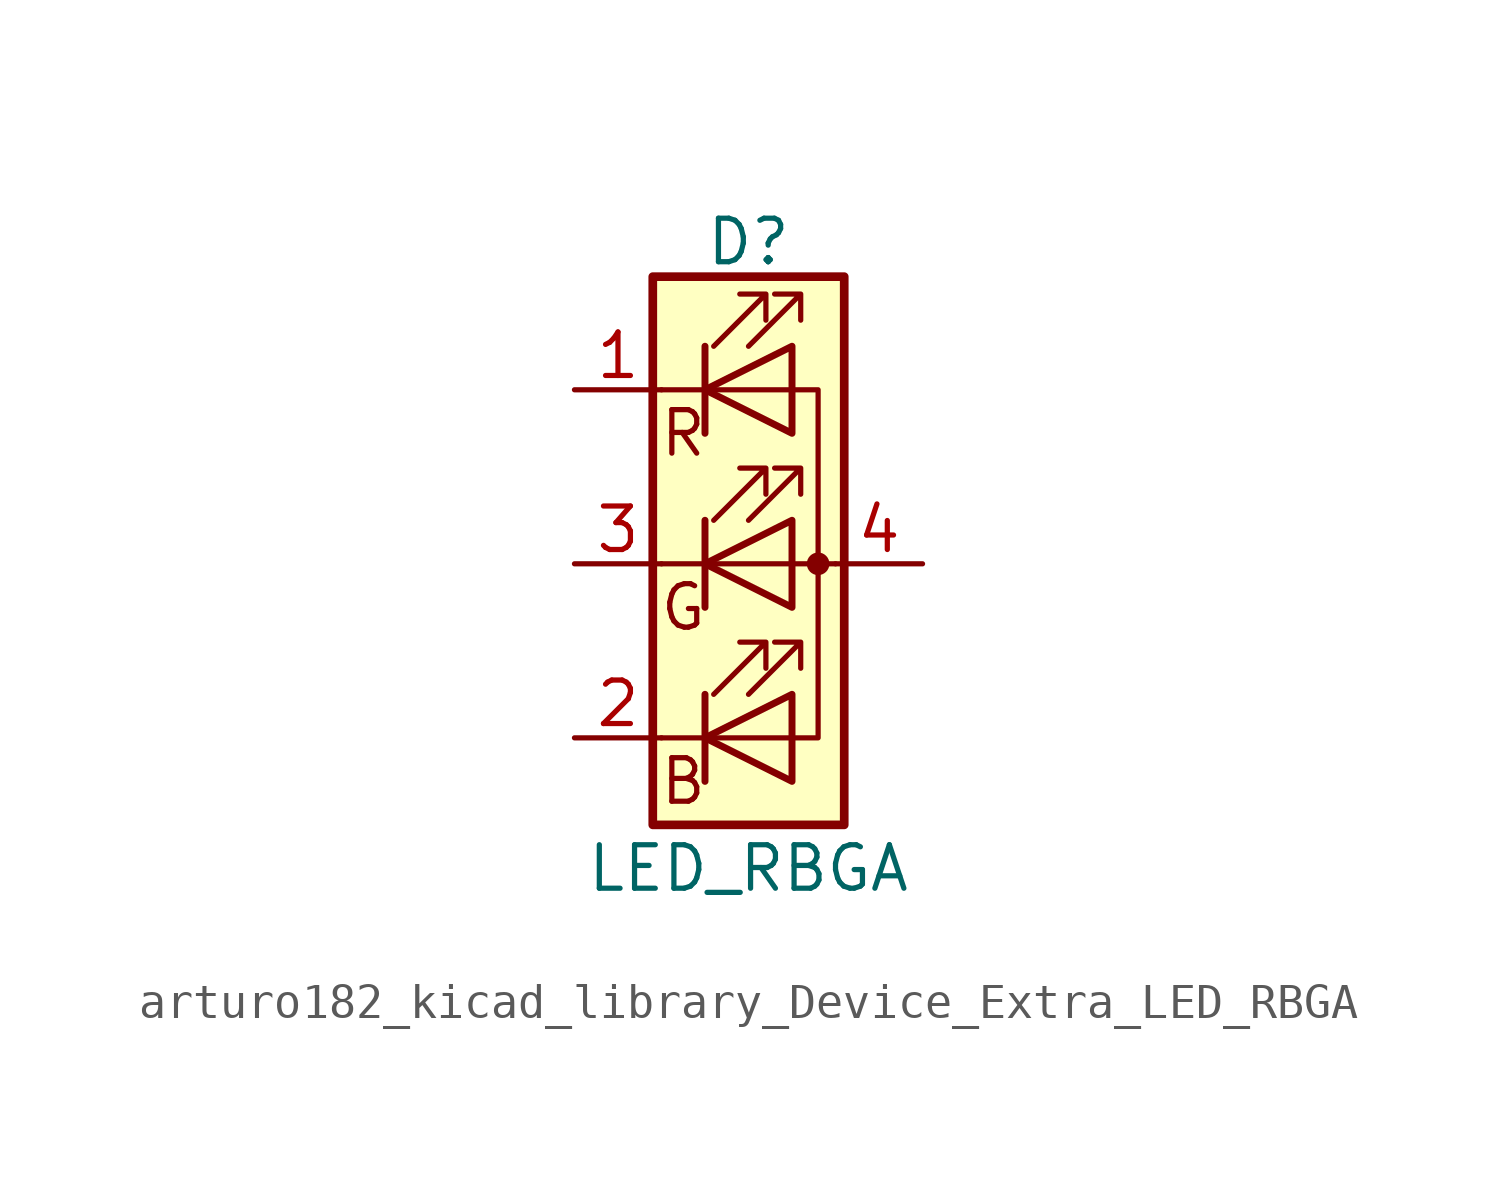
<source format=kicad_sym>
(kicad_symbol_lib
  (version 20220914)
  (generator kicad_symbol_editor)
  (symbol "arturo182_kicad_library_Device_Extra_LED_RBGA"
    (pin_names
      (offset 0) hide)
    (property "Reference" "D"
      (at 0 9.398 0)
      (effects (font (size 1.27 1.27))))
    (property "Value" "LED_RBGA"
      (at 0 -8.89 0)
      (effects (font (size 1.27 1.27))))
    (symbol "arturo182_kicad_library_Device_Extra_LED_RBGA_0_0"
      (text "B" (at -1.905 -6.35 0) (effects (font (size 1.27 1.27))))
      (text "G" (at -1.905 -1.27 0) (effects (font (size 1.27 1.27))))
      (text "R" (at -1.905 3.81 0) (effects (font (size 1.27 1.27)))))
    (symbol "arturo182_kicad_library_Device_Extra_LED_RBGA_0_1"
      (polyline (pts (xy -1.27 -5.08) (xy -2.54 -5.08)) (stroke (width 0) (type default)) (fill (type none)))
      (polyline (pts (xy -1.27 -5.08) (xy 1.27 -5.08)) (stroke (width 0) (type default)) (fill (type none)))
      (polyline (pts (xy -1.27 -3.81) (xy -1.27 -6.35)) (stroke (width 0) (type default)) (fill (type none)))
      (polyline (pts (xy -1.27 -3.81) (xy -1.27 -6.35)) (stroke (width 0.203) (type default)) (fill (type none)))
      (polyline (pts (xy -1.27 0) (xy -2.54 0)) (stroke (width 0) (type default)) (fill (type none)))
      (polyline (pts (xy -1.27 0) (xy 1.27 0)) (stroke (width 0) (type default)) (fill (type none)))
      (polyline (pts (xy -1.27 1.27) (xy -1.27 -1.27)) (stroke (width 0.203) (type default)) (fill (type none)))
      (polyline (pts (xy -1.27 5.08) (xy -2.54 5.08)) (stroke (width 0) (type default)) (fill (type none)))
      (polyline (pts (xy -1.27 6.35) (xy -1.27 3.81)) (stroke (width 0.203) (type default)) (fill (type none)))
      (polyline (pts (xy 1.27 0) (xy 2.54 0)) (stroke (width 0) (type default)) (fill (type none)))
      (polyline (pts (xy 1.27 5.08) (xy -1.27 5.08)) (stroke (width 0) (type default)) (fill (type none)))
      (polyline (pts (xy -1.27 1.27) (xy -1.27 -1.27) (xy -1.27 -1.27)) (stroke (width 0) (type default)) (fill (type none)))
      (polyline (pts (xy -1.27 6.35) (xy -1.27 3.81) (xy -1.27 3.81)) (stroke (width 0) (type default)) (fill (type none)))
      (polyline (pts (xy 1.27 -5.08) (xy 2.032 -5.08) (xy 2.032 5.08) (xy 1.27 5.08)) (stroke (width 0) (type default)) (fill (type none)))
      (polyline (pts (xy 1.27 -3.81) (xy 1.27 -6.35) (xy -1.27 -5.08) (xy 1.27 -3.81)) (stroke (width 0.203) (type default)) (fill (type none)))
      (polyline (pts (xy 1.27 1.27) (xy 1.27 -1.27) (xy -1.27 0) (xy 1.27 1.27)) (stroke (width 0.203) (type default)) (fill (type none)))
      (polyline (pts (xy 1.27 6.35) (xy 1.27 3.81) (xy -1.27 5.08) (xy 1.27 6.35)) (stroke (width 0.203) (type default)) (fill (type none)))
      (polyline (pts (xy -1.016 -3.81) (xy 0.508 -2.286) (xy -0.254 -2.286) (xy 0.508 -2.286) (xy 0.508 -3.048)) (stroke (width 0) (type default)) (fill (type none)))
      (polyline (pts (xy -1.016 1.27) (xy 0.508 2.794) (xy -0.254 2.794) (xy 0.508 2.794) (xy 0.508 2.032)) (stroke (width 0) (type default)) (fill (type none)))
      (polyline (pts (xy -1.016 6.35) (xy 0.508 7.874) (xy -0.254 7.874) (xy 0.508 7.874) (xy 0.508 7.112)) (stroke (width 0) (type default)) (fill (type none)))
      (polyline (pts (xy 0 -3.81) (xy 1.524 -2.286) (xy 0.762 -2.286) (xy 1.524 -2.286) (xy 1.524 -3.048)) (stroke (width 0) (type default)) (fill (type none)))
      (polyline (pts (xy 0 1.27) (xy 1.524 2.794) (xy 0.762 2.794) (xy 1.524 2.794) (xy 1.524 2.032)) (stroke (width 0) (type default)) (fill (type none)))
      (polyline (pts (xy 0 6.35) (xy 1.524 7.874) (xy 0.762 7.874) (xy 1.524 7.874) (xy 1.524 7.112)) (stroke (width 0) (type default)) (fill (type none)))
      (rectangle (start 1.27 -1.27) (end 1.27 1.27) (stroke (width 0) (type default)) (fill (type none)))
      (rectangle (start 1.27 1.27) (end 1.27 1.27) (stroke (width 0) (type default)) (fill (type none)))
      (rectangle (start 1.27 3.81) (end 1.27 6.35) (stroke (width 0) (type default)) (fill (type none)))
      (rectangle (start 1.27 6.35) (end 1.27 6.35) (stroke (width 0) (type default)) (fill (type none)))
      (circle (center 2.032 0) (radius 0.254) (stroke (width 0) (type default)) (fill (type outline)))
      (rectangle (start 2.794 8.382) (end -2.794 -7.62) (stroke (width 0.254) (type default)) (fill (type background))))
    (symbol "arturo182_kicad_library_Device_Extra_LED_RBGA_1_1"
      (pin passive line (at -5.08 5.08 0) (length 2.54) (name "RK" (effects (font (size 1.27 1.27)))) (number "1" (effects (font (size 1.27 1.27)))))
      (pin passive line (at -5.08 -5.08 0) (length 2.54) (name "BK" (effects (font (size 1.27 1.27)))) (number "2" (effects (font (size 1.27 1.27)))))
      (pin passive line (at -5.08 0 0) (length 2.54) (name "GK" (effects (font (size 1.27 1.27)))) (number "3" (effects (font (size 1.27 1.27)))))
      (pin passive line (at 5.08 0 180) (length 2.54) (name "A" (effects (font (size 1.27 1.27)))) (number "4" (effects (font (size 1.27 1.27))))))))
</source>
